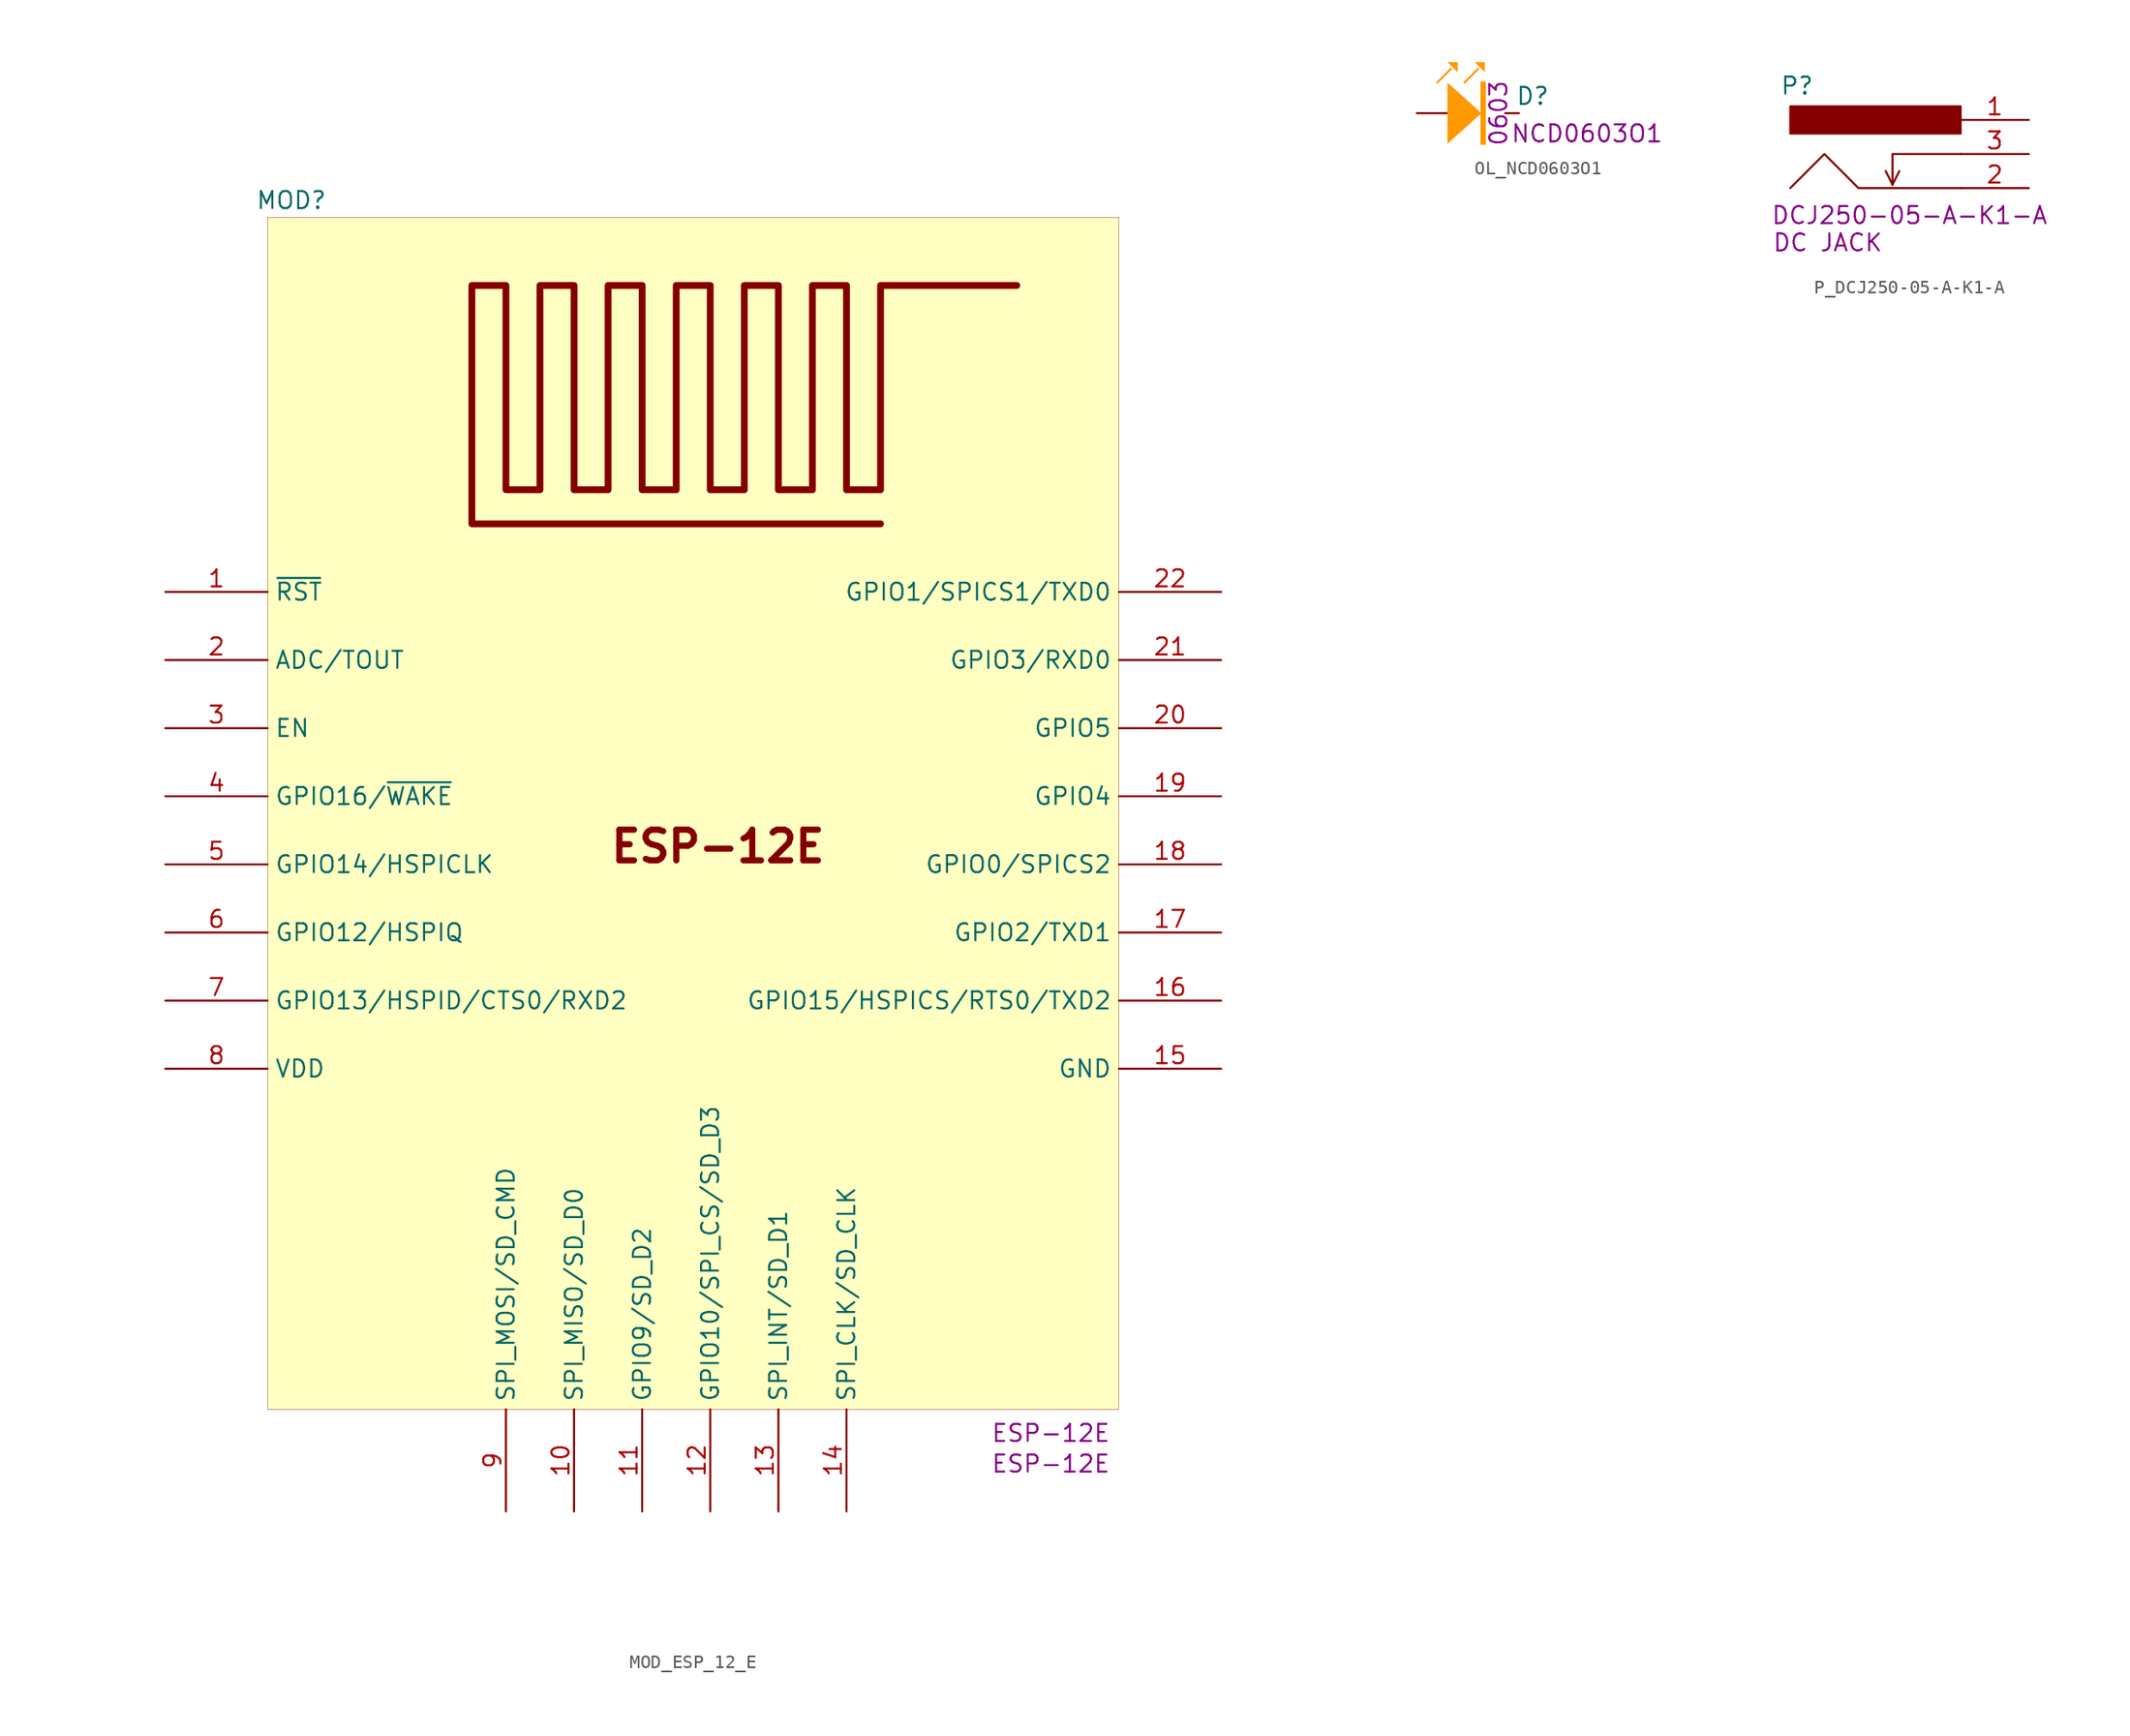
<source format=kicad_sym>
(kicad_symbol_lib
  (version 20241209)
  (generator "kicad_symbol_editor")
  (generator_version "9.0")
  (symbol "MOD_ESP_12_E"
    (property "Reference" "MOD"
      (at 1.778 1.27 0)
      (effects (font (size 1.27 1.27))))
    (property "Manufacturer Part Number" "ESP-12E"
      (at 58.42 -90.678 0)
      (effects (font (size 1.27 1.27))))
    (property "SCH_FOOTPRINT" "ESP-12E"
      (at 58.42 -92.964 0)
      (effects (font (size 1.27 1.27))))
    (symbol "MOD_ESP_12_E_1_0"
      (polyline (pts (xy 55.88 -5.08) (xy 45.72 -5.08) (xy 45.72 -20.32) (xy 43.18 -20.32) (xy 43.18 -5.08) (xy 40.64 -5.08) (xy 40.64 -20.32) (xy 38.1 -20.32) (xy 38.1 -5.08) (xy 35.56 -5.08) (xy 35.56 -20.32) (xy 33.02 -20.32) (xy 33.02 -5.08) (xy 30.48 -5.08) (xy 30.48 -20.32) (xy 27.94 -20.32) (xy 27.94 -5.08) (xy 25.4 -5.08) (xy 25.4 -20.32) (xy 22.86 -20.32) (xy 22.86 -5.08) (xy 20.32 -5.08) (xy 20.32 -20.32) (xy 17.78 -20.32) (xy 17.78 -5.08) (xy 15.24 -5.08) (xy 15.24 -22.86) (xy 45.72 -22.86)) (stroke (width 0.508) (type solid)) (fill (type none)))
      (rectangle (start 63.5 0) (end 0 -88.9) (stroke (width 0.025) (type solid) (color 128 0 0 1)) (fill (type background)))
      (text "ESP-12E" (at 25.4 -48.26 0) (effects (font (size 2.286 2.286) (thickness 0.457) (bold yes)) (justify left bottom)))
      (pin passive line (at -7.62 -27.94 0) (length 7.62) (name "~{RST}" (effects (font (size 1.27 1.27)))) (number "1" (effects (font (size 1.27 1.27)))))
      (pin passive line (at -7.62 -33.02 0) (length 7.62) (name "ADC/TOUT" (effects (font (size 1.27 1.27)))) (number "2" (effects (font (size 1.27 1.27)))))
      (pin passive line (at -7.62 -38.1 0) (length 7.62) (name "EN" (effects (font (size 1.27 1.27)))) (number "3" (effects (font (size 1.27 1.27)))))
      (pin passive line (at -7.62 -43.18 0) (length 7.62) (name "GPIO16/~{WAKE}" (effects (font (size 1.27 1.27)))) (number "4" (effects (font (size 1.27 1.27)))))
      (pin passive line (at -7.62 -48.26 0) (length 7.62) (name "GPIO14/HSPICLK" (effects (font (size 1.27 1.27)))) (number "5" (effects (font (size 1.27 1.27)))))
      (pin passive line (at -7.62 -53.34 0) (length 7.62) (name "GPIO12/HSPIQ" (effects (font (size 1.27 1.27)))) (number "6" (effects (font (size 1.27 1.27)))))
      (pin passive line (at -7.62 -58.42 0) (length 7.62) (name "GPIO13/HSPID/CTS0/RXD2" (effects (font (size 1.27 1.27)))) (number "7" (effects (font (size 1.27 1.27)))))
      (pin passive line (at -7.62 -63.5 0) (length 7.62) (name "VDD" (effects (font (size 1.27 1.27)))) (number "8" (effects (font (size 1.27 1.27)))))
      (pin passive line (at 17.78 -96.52 90) (length 7.62) (name "SPI_MOSI/SD_CMD" (effects (font (size 1.27 1.27)))) (number "9" (effects (font (size 1.27 1.27)))))
      (pin passive line (at 22.86 -96.52 90) (length 7.62) (name "SPI_MISO/SD_D0" (effects (font (size 1.27 1.27)))) (number "10" (effects (font (size 1.27 1.27)))))
      (pin passive line (at 27.94 -96.52 90) (length 7.62) (name "GPIO9/SD_D2" (effects (font (size 1.27 1.27)))) (number "11" (effects (font (size 1.27 1.27)))))
      (pin passive line (at 33.02 -96.52 90) (length 7.62) (name "GPIO10/SPI_CS/SD_D3" (effects (font (size 1.27 1.27)))) (number "12" (effects (font (size 1.27 1.27)))))
      (pin passive line (at 38.1 -96.52 90) (length 7.62) (name "SPI_INT/SD_D1" (effects (font (size 1.27 1.27)))) (number "13" (effects (font (size 1.27 1.27)))))
      (pin passive line (at 43.18 -96.52 90) (length 7.62) (name "SPI_CLK/SD_CLK" (effects (font (size 1.27 1.27)))) (number "14" (effects (font (size 1.27 1.27)))))
      (pin passive line (at 71.12 -27.94 180) (length 7.62) (name "GPIO1/SPICS1/TXD0" (effects (font (size 1.27 1.27)))) (number "22" (effects (font (size 1.27 1.27)))))
      (pin passive line (at 71.12 -33.02 180) (length 7.62) (name "GPIO3/RXD0" (effects (font (size 1.27 1.27)))) (number "21" (effects (font (size 1.27 1.27)))))
      (pin passive line (at 71.12 -38.1 180) (length 7.62) (name "GPIO5" (effects (font (size 1.27 1.27)))) (number "20" (effects (font (size 1.27 1.27)))))
      (pin passive line (at 71.12 -43.18 180) (length 7.62) (name "GPIO4" (effects (font (size 1.27 1.27)))) (number "19" (effects (font (size 1.27 1.27)))))
      (pin passive line (at 71.12 -48.26 180) (length 7.62) (name "GPIO0/SPICS2" (effects (font (size 1.27 1.27)))) (number "18" (effects (font (size 1.27 1.27)))))
      (pin passive line (at 71.12 -53.34 180) (length 7.62) (name "GPIO2/TXD1" (effects (font (size 1.27 1.27)))) (number "17" (effects (font (size 1.27 1.27)))))
      (pin passive line (at 71.12 -58.42 180) (length 7.62) (name "GPIO15/HSPICS/RTS0/TXD2" (effects (font (size 1.27 1.27)))) (number "16" (effects (font (size 1.27 1.27)))))
      (pin passive line (at 71.12 -63.5 180) (length 7.62) (name "GND" (effects (font (size 1.27 1.27)))) (number "15" (effects (font (size 1.27 1.27)))))))
  (symbol "OL_NCD0603O1"
    (pin_numbers
      (hide yes))
    (pin_names
      (hide yes))
    (property "Reference" "D"
      (at 7.366 1.27 0)
      (effects (font (size 1.27 1.27)) (justify left)))
    (property "Manufacturer Part Number" "NCD0603O1"
      (at 12.7 -1.524 0)
      (effects (font (size 1.27 1.27))))
    (property "SCH_FOOTPRINT" "0603"
      (at 6.096 0 90)
      (effects (font (size 1.27 1.27))))
    (symbol "OL_NCD0603O1_1_0"
      (polyline (pts (xy 2.032 0) (xy 2.286 0)) (stroke (width 0) (type solid)) (fill (type none)))
      (polyline (pts (xy 2.286 3.81) (xy 3.048 3.81) (xy 3.048 3.048) (xy 2.286 3.81)) (stroke (width -0.0001) (type solid) (color 255 153 0 1)) (fill (type outline)))
      (polyline (pts (xy 2.286 2.286) (xy 4.826 0) (xy 2.286 -2.286) (xy 2.286 2.286)) (stroke (width -0.0001) (type solid) (color 255 153 0 1)) (fill (type outline)))
      (polyline (pts (xy 2.54 3.302) (xy 1.524 2.286)) (stroke (width 0) (type solid) (color 255 153 0 1)) (fill (type none)))
      (polyline (pts (xy 4.318 3.81) (xy 5.08 3.81) (xy 5.08 3.048) (xy 4.318 3.81)) (stroke (width -0.0001) (type solid) (color 255 153 0 1)) (fill (type outline)))
      (polyline (pts (xy 4.572 3.302) (xy 3.556 2.286)) (stroke (width 0) (type solid) (color 255 153 0 1)) (fill (type none)))
      (polyline (pts (xy 4.826 2.286) (xy 5.08 2.286) (xy 5.08 -2.286) (xy 4.826 -2.286) (xy 4.826 2.286)) (stroke (width 0) (type solid) (color 255 153 0 1)) (fill (type color) (color 255 153 0 1)))
      (pin passive line (at 0 0 0) (length 2.032) (name "A" (effects (font (size 1.27 1.27)))) (number "2" (effects (font (size 1.27 1.27)))))
      (pin passive line (at 7.62 0 180) (length 1.016) (name "K" (effects (font (size 1.27 1.27)))) (number "1" (effects (font (size 1.27 1.27)))))))
  (symbol "P_DCJ250-05-A-K1-A"
    (pin_names
      (hide yes))
    (property "Reference" "P"
      (at 0.508 2.54 0)
      (effects (font (size 1.27 1.27))))
    (property "Value" ""
      (at 0 0 0)
      (effects (font (size 1.27 1.27))))
    (property "Manufacturer Part Number" "DCJ250-05-A-K1-A"
      (at 8.89 -7.112 0)
      (effects (font (size 1.27 1.27))))
    (property "SCH_FOOTPRINT" "DC JACK"
      (at 2.794 -9.144 0)
      (effects (font (size 1.27 1.27))))
    (symbol "P_DCJ250-05-A-K1-A_1_0"
      (polyline (pts (xy 7.112 -3.81) (xy 7.62 -4.826)) (stroke (width 0) (type solid)) (fill (type none)))
      (polyline (pts (xy 8.128 -3.81) (xy 7.62 -4.826)) (stroke (width 0) (type solid)) (fill (type none)))
      (polyline (pts (xy 12.7 1.016) (xy 0 1.016) (xy 0 -1.016) (xy 12.7 -1.016) (xy 12.7 1.016)) (stroke (width 0) (type solid)) (fill (type none)))
      (rectangle (start 12.7 1.016) (end 0 -1.016) (stroke (width -0.0001) (type solid)) (fill (type outline)))
      (polyline (pts (xy 12.7 -2.54) (xy 7.62 -2.54) (xy 7.62 -4.826)) (stroke (width 0) (type solid)) (fill (type none)))
      (polyline (pts (xy 12.7 -5.08) (xy 5.08 -5.08) (xy 2.54 -2.54) (xy 0 -5.08)) (stroke (width 0) (type solid)) (fill (type none)))
      (pin passive line (at 17.78 0 180) (length 5.08) (name "1" (effects (font (size 1.27 1.27)))) (number "1" (effects (font (size 1.27 1.27)))))
      (pin passive line (at 17.78 -2.54 180) (length 5.08) (name "3" (effects (font (size 1.27 1.27)))) (number "3" (effects (font (size 1.27 1.27)))))
      (pin passive line (at 17.78 -5.08 180) (length 5.08) (name "2" (effects (font (size 1.27 1.27)))) (number "2" (effects (font (size 1.27 1.27))))))))
</source>
